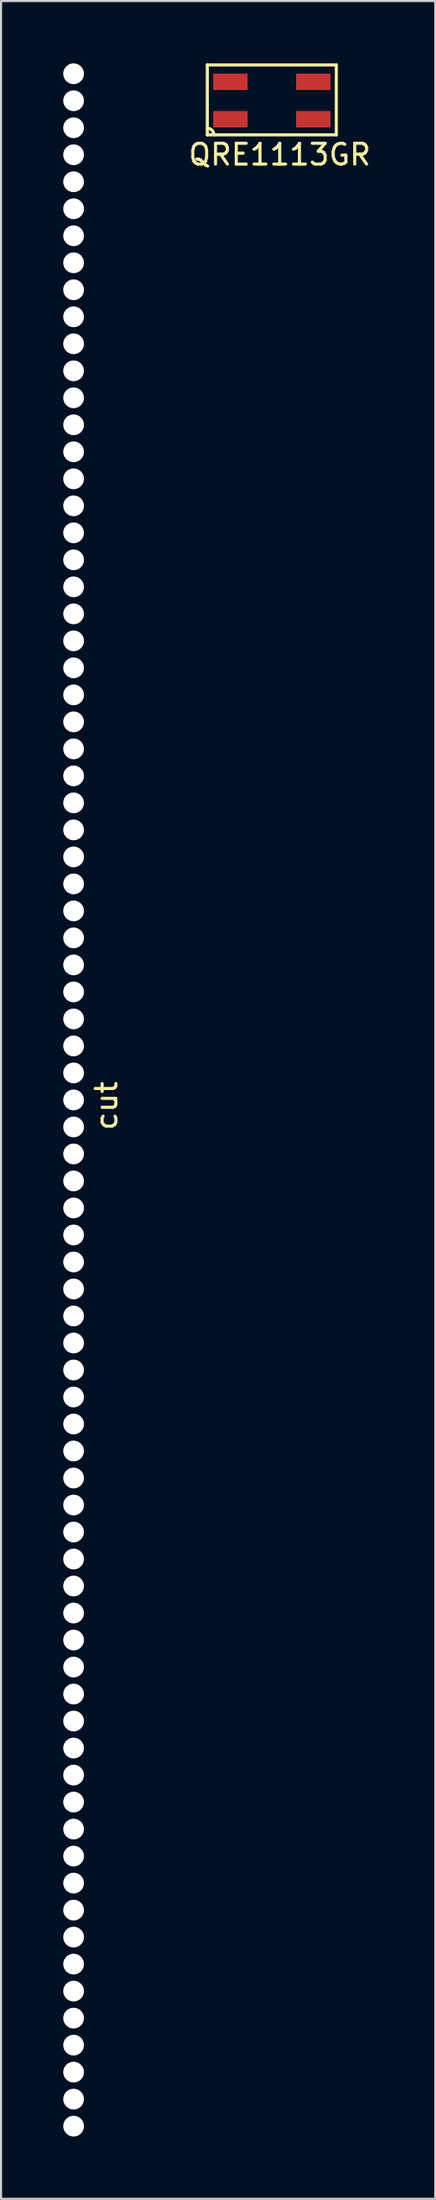
<source format=kicad_pcb>
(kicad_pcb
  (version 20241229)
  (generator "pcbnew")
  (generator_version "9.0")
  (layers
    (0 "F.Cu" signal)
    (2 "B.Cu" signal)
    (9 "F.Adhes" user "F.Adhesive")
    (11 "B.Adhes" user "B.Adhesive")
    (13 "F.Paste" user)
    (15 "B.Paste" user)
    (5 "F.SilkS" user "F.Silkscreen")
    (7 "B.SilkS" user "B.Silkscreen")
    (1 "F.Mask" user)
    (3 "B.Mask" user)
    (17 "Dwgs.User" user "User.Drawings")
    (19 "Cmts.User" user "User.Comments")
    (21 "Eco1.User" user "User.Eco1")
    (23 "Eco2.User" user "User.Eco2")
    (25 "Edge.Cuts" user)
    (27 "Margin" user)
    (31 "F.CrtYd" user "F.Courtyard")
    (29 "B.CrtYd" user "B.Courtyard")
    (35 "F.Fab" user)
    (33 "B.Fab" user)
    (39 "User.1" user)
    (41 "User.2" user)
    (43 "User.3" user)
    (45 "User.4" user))
  (footprint "cut"
    (layer "F.Cu")
    (at 0.5 50.5)
    (property "Reference" "cut" (at 1.587 -0.318 90) (layer "F.SilkS") (effects (font (size 1 1) (thickness 0.15))))
    (attr through_hole)
    (pad "" np_thru_hole circle (at 0 -50) (size 1 1) (drill 1) (layers "*.Cu" "*.Mask"))
    (pad "" np_thru_hole circle (at 0 -48.7) (size 1 1) (drill 1) (layers "*.Cu" "*.Mask"))
    (pad "" np_thru_hole circle (at 0 -47.4) (size 1 1) (drill 1) (layers "*.Cu" "*.Mask"))
    (pad "" np_thru_hole circle (at 0 -46.1) (size 1 1) (drill 1) (layers "*.Cu" "*.Mask"))
    (pad "" np_thru_hole circle (at 0 -44.8) (size 1 1) (drill 1) (layers "*.Cu" "*.Mask"))
    (pad "" np_thru_hole circle (at 0 -43.5) (size 1 1) (drill 1) (layers "*.Cu" "*.Mask"))
    (pad "" np_thru_hole circle (at 0 -42.2) (size 1 1) (drill 1) (layers "*.Cu" "*.Mask"))
    (pad "" np_thru_hole circle (at 0 -40.9) (size 1 1) (drill 1) (layers "*.Cu" "*.Mask"))
    (pad "" np_thru_hole circle (at 0 -39.6) (size 1 1) (drill 1) (layers "*.Cu" "*.Mask"))
    (pad "" np_thru_hole circle (at 0 -38.3) (size 1 1) (drill 1) (layers "*.Cu" "*.Mask"))
    (pad "" np_thru_hole circle (at 0 -37) (size 1 1) (drill 1) (layers "*.Cu" "*.Mask"))
    (pad "" np_thru_hole circle (at 0 -35.7) (size 1 1) (drill 1) (layers "*.Cu" "*.Mask"))
    (pad "" np_thru_hole circle (at 0 -34.4) (size 1 1) (drill 1) (layers "*.Cu" "*.Mask"))
    (pad "" np_thru_hole circle (at 0 -33.1) (size 1 1) (drill 1) (layers "*.Cu" "*.Mask"))
    (pad "" np_thru_hole circle (at 0 -31.8) (size 1 1) (drill 1) (layers "*.Cu" "*.Mask"))
    (pad "" np_thru_hole circle (at 0 -30.5) (size 1 1) (drill 1) (layers "*.Cu" "*.Mask"))
    (pad "" np_thru_hole circle (at 0 -29.2) (size 1 1) (drill 1) (layers "*.Cu" "*.Mask"))
    (pad "" np_thru_hole circle (at 0 -27.9) (size 1 1) (drill 1) (layers "*.Cu" "*.Mask"))
    (pad "" np_thru_hole circle (at 0 -26.6) (size 1 1) (drill 1) (layers "*.Cu" "*.Mask"))
    (pad "" np_thru_hole circle (at 0 -25.3) (size 1 1) (drill 1) (layers "*.Cu" "*.Mask"))
    (pad "" np_thru_hole circle (at 0 -24) (size 1 1) (drill 1) (layers "*.Cu" "*.Mask"))
    (pad "" np_thru_hole circle (at 0 -22.7) (size 1 1) (drill 1) (layers "*.Cu" "*.Mask"))
    (pad "" np_thru_hole circle (at 0 -21.4) (size 1 1) (drill 1) (layers "*.Cu" "*.Mask"))
    (pad "" np_thru_hole circle (at 0 -20.1) (size 1 1) (drill 1) (layers "*.Cu" "*.Mask"))
    (pad "" np_thru_hole circle (at 0 -18.8) (size 1 1) (drill 1) (layers "*.Cu" "*.Mask"))
    (pad "" np_thru_hole circle (at 0 -17.5) (size 1 1) (drill 1) (layers "*.Cu" "*.Mask"))
    (pad "" np_thru_hole circle (at 0 -16.2) (size 1 1) (drill 1) (layers "*.Cu" "*.Mask"))
    (pad "" np_thru_hole circle (at 0 -14.9) (size 1 1) (drill 1) (layers "*.Cu" "*.Mask"))
    (pad "" np_thru_hole circle (at 0 -13.6) (size 1 1) (drill 1) (layers "*.Cu" "*.Mask"))
    (pad "" np_thru_hole circle (at 0 -12.3) (size 1 1) (drill 1) (layers "*.Cu" "*.Mask"))
    (pad "" np_thru_hole circle (at 0 -11) (size 1 1) (drill 1) (layers "*.Cu" "*.Mask"))
    (pad "" np_thru_hole circle (at 0 -9.7) (size 1 1) (drill 1) (layers "*.Cu" "*.Mask"))
    (pad "" np_thru_hole circle (at 0 -8.4) (size 1 1) (drill 1) (layers "*.Cu" "*.Mask"))
    (pad "" np_thru_hole circle (at 0 -7.1) (size 1 1) (drill 1) (layers "*.Cu" "*.Mask"))
    (pad "" np_thru_hole circle (at 0 -5.8) (size 1 1) (drill 1) (layers "*.Cu" "*.Mask"))
    (pad "" np_thru_hole circle (at 0 -4.5) (size 1 1) (drill 1) (layers "*.Cu" "*.Mask"))
    (pad "" np_thru_hole circle (at 0 -3.2) (size 1 1) (drill 1) (layers "*.Cu" "*.Mask"))
    (pad "" np_thru_hole circle (at 0 -1.9) (size 1 1) (drill 1) (layers "*.Cu" "*.Mask"))
    (pad "" np_thru_hole circle (at 0 -0.6) (size 1 1) (drill 1) (layers "*.Cu" "*.Mask"))
    (pad "" np_thru_hole circle (at 0 0.7) (size 1 1) (drill 1) (layers "*.Cu" "*.Mask"))
    (pad "" np_thru_hole circle (at 0 2) (size 1 1) (drill 1) (layers "*.Cu" "*.Mask"))
    (pad "" np_thru_hole circle (at 0 3.3) (size 1 1) (drill 1) (layers "*.Cu" "*.Mask"))
    (pad "" np_thru_hole circle (at 0 4.6) (size 1 1) (drill 1) (layers "*.Cu" "*.Mask"))
    (pad "" np_thru_hole circle (at 0 5.9) (size 1 1) (drill 1) (layers "*.Cu" "*.Mask"))
    (pad "" np_thru_hole circle (at 0 7.2) (size 1 1) (drill 1) (layers "*.Cu" "*.Mask"))
    (pad "" np_thru_hole circle (at 0 8.5) (size 1 1) (drill 1) (layers "*.Cu" "*.Mask"))
    (pad "" np_thru_hole circle (at 0 9.8) (size 1 1) (drill 1) (layers "*.Cu" "*.Mask"))
    (pad "" np_thru_hole circle (at 0 11.1) (size 1 1) (drill 1) (layers "*.Cu" "*.Mask"))
    (pad "" np_thru_hole circle (at 0 12.4) (size 1 1) (drill 1) (layers "*.Cu" "*.Mask"))
    (pad "" np_thru_hole circle (at 0 13.7) (size 1 1) (drill 1) (layers "*.Cu" "*.Mask"))
    (pad "" np_thru_hole circle (at 0 15) (size 1 1) (drill 1) (layers "*.Cu" "*.Mask"))
    (pad "" np_thru_hole circle (at 0 16.3) (size 1 1) (drill 1) (layers "*.Cu" "*.Mask"))
    (pad "" np_thru_hole circle (at 0 17.6) (size 1 1) (drill 1) (layers "*.Cu" "*.Mask"))
    (pad "" np_thru_hole circle (at 0 18.9) (size 1 1) (drill 1) (layers "*.Cu" "*.Mask"))
    (pad "" np_thru_hole circle (at 0 20.2) (size 1 1) (drill 1) (layers "*.Cu" "*.Mask"))
    (pad "" np_thru_hole circle (at 0 21.5) (size 1 1) (drill 1) (layers "*.Cu" "*.Mask"))
    (pad "" np_thru_hole circle (at 0 22.8) (size 1 1) (drill 1) (layers "*.Cu" "*.Mask"))
    (pad "" np_thru_hole circle (at 0 24.1) (size 1 1) (drill 1) (layers "*.Cu" "*.Mask"))
    (pad "" np_thru_hole circle (at 0 25.4) (size 1 1) (drill 1) (layers "*.Cu" "*.Mask"))
    (pad "" np_thru_hole circle (at 0 26.7) (size 1 1) (drill 1) (layers "*.Cu" "*.Mask"))
    (pad "" np_thru_hole circle (at 0 28) (size 1 1) (drill 1) (layers "*.Cu" "*.Mask"))
    (pad "" np_thru_hole circle (at 0 29.3) (size 1 1) (drill 1) (layers "*.Cu" "*.Mask"))
    (pad "" np_thru_hole circle (at 0 30.6) (size 1 1) (drill 1) (layers "*.Cu" "*.Mask"))
    (pad "" np_thru_hole circle (at 0 31.9) (size 1 1) (drill 1) (layers "*.Cu" "*.Mask"))
    (pad "" np_thru_hole circle (at 0 33.2) (size 1 1) (drill 1) (layers "*.Cu" "*.Mask"))
    (pad "" np_thru_hole circle (at 0 34.5) (size 1 1) (drill 1) (layers "*.Cu" "*.Mask"))
    (pad "" np_thru_hole circle (at 0 35.8) (size 1 1) (drill 1) (layers "*.Cu" "*.Mask"))
    (pad "" np_thru_hole circle (at 0 37.1) (size 1 1) (drill 1) (layers "*.Cu" "*.Mask"))
    (pad "" np_thru_hole circle (at 0 38.4) (size 1 1) (drill 1) (layers "*.Cu" "*.Mask"))
    (pad "" np_thru_hole circle (at 0 39.7) (size 1 1) (drill 1) (layers "*.Cu" "*.Mask"))
    (pad "" np_thru_hole circle (at 0 41) (size 1 1) (drill 1) (layers "*.Cu" "*.Mask"))
    (pad "" np_thru_hole circle (at 0 42.3) (size 1 1) (drill 1) (layers "*.Cu" "*.Mask"))
    (pad "" np_thru_hole circle (at 0 43.6) (size 1 1) (drill 1) (layers "*.Cu" "*.Mask"))
    (pad "" np_thru_hole circle (at 0 44.9) (size 1 1) (drill 1) (layers "*.Cu" "*.Mask"))
    (pad "" np_thru_hole circle (at 0 46.2) (size 1 1) (drill 1) (layers "*.Cu" "*.Mask"))
    (pad "" np_thru_hole circle (at 0 47.5) (size 1 1) (drill 1) (layers "*.Cu" "*.Mask"))
    (pad "" np_thru_hole circle (at 0 48.8) (size 1 1) (drill 1) (layers "*.Cu" "*.Mask")))
  (footprint "QRE1113GR"
    (layer "F.Cu")
    (at 10.061 1.79)
    (property "Reference" "QRE1113GR" (at 0.381 2.603 0) (layer "F.SilkS") (effects (font (size 1 1) (thickness 0.15))))
    (attr through_hole)
    (fp_line (start -3.111 -1.714) (end 3.111 -1.714) (stroke (width 0.15) (type solid)) (layer "F.SilkS"))
    (fp_line (start -3.111 1.651) (end -3.111 -1.714) (stroke (width 0.15) (type solid)) (layer "F.SilkS"))
    (fp_line (start 3.111 -1.714) (end 3.111 1.651) (stroke (width 0.15) (type solid)) (layer "F.SilkS"))
    (fp_line (start 3.111 1.651) (end -3.111 1.651) (stroke (width 0.15) (type solid)) (layer "F.SilkS"))
    (fp_arc (start -3.1115 1.3335) (mid -2.886994 1.426494) (end -2.794 1.651) (stroke (width 0.15) (type solid)) (layer "F.SilkS"))
    (pad "1" smd trapezoid (at -2 0.9) (size 1.66 0.79) (layers "F.Cu" "F.Mask" "F.Paste"))
    (pad "2" smd trapezoid (at 2 0.9) (size 1.66 0.79) (layers "F.Cu" "F.Mask" "F.Paste"))
    (pad "3" smd trapezoid (at 2 -0.9) (size 1.66 0.79) (layers "F.Cu" "F.Mask" "F.Paste"))
    (pad "4" smd trapezoid (at -2 -0.9) (size 1.66 0.79) (layers "F.Cu" "F.Mask" "F.Paste")))
  (gr_rect
    (start -3 -3)
    (end 17.948 102.8)
    (stroke (width 0.1) (type default))
    (fill no)
    (layer "Edge.Cuts")))
</source>
